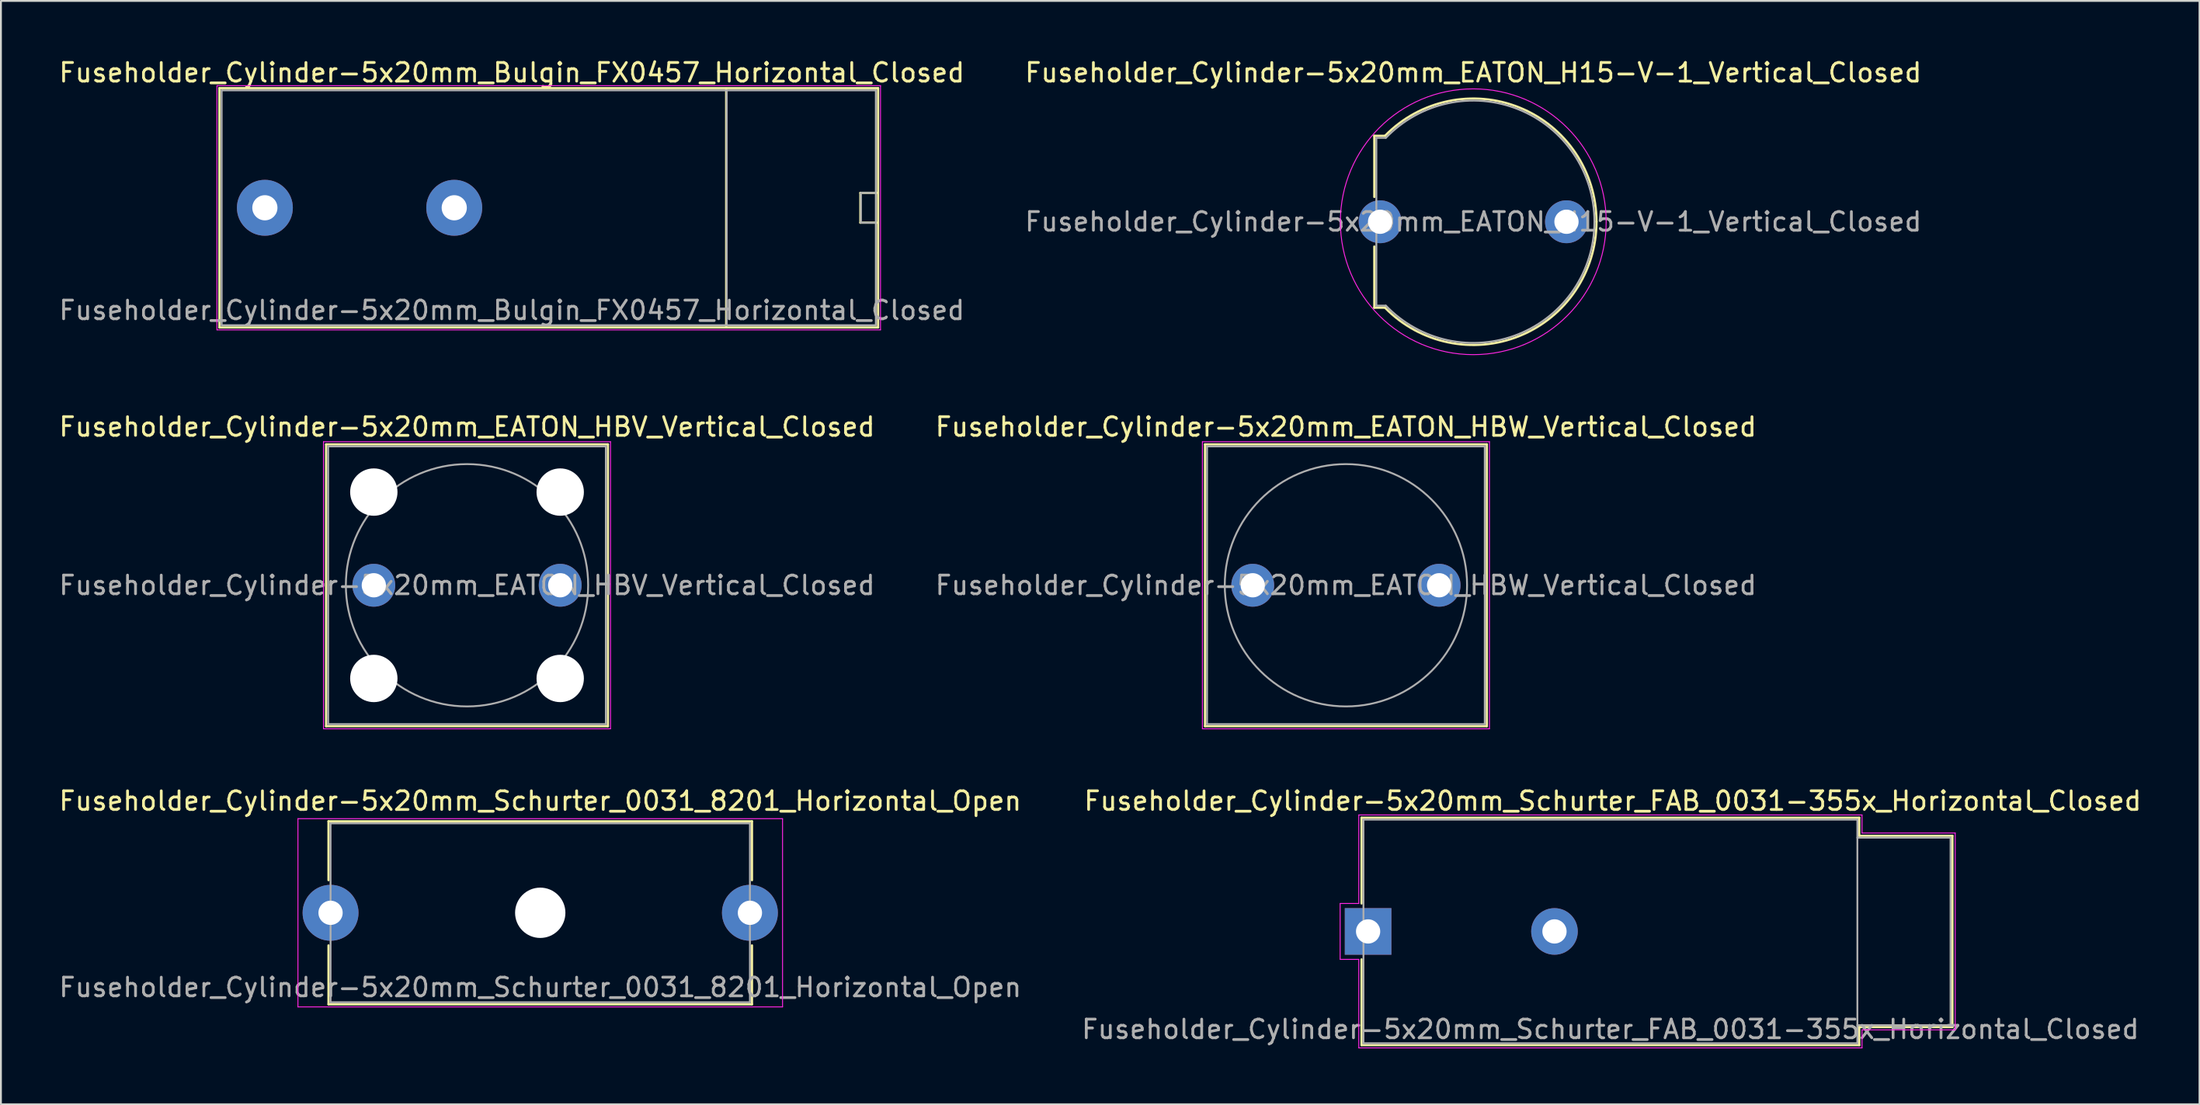
<source format=kicad_pcb>
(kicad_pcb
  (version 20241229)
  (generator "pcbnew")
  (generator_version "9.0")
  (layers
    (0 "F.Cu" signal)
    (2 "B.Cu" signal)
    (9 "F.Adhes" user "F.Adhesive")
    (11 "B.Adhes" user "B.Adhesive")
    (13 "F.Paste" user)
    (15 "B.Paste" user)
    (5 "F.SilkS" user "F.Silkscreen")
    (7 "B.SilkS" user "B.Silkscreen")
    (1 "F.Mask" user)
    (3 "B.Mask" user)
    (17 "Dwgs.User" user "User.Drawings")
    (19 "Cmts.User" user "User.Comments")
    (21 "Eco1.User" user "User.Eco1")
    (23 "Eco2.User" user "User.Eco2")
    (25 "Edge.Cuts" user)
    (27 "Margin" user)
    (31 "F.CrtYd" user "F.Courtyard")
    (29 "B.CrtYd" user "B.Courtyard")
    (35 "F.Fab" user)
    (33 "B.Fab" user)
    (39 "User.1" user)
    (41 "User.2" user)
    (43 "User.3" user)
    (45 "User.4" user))
  (footprint "Fuseholder_Cylinder-5x20mm_EATON_HBW_Vertical_Closed"
    (layer "F.Cu")
    (at 64.161 28.352)
    (property "Reference" "Fuseholder_Cylinder-5x20mm_EATON_HBW_Vertical_Closed" (at 5 -8.5 0) (layer "F.SilkS") (effects (font (size 1 1) (thickness 0.15))))
    (attr through_hole)
    (fp_line (start -2.56 -7.56) (end 12.56 -7.56) (stroke (width 0.12) (type solid)) (layer "F.SilkS"))
    (fp_line (start -2.56 7.56) (end -2.56 -7.56) (stroke (width 0.12) (type solid)) (layer "F.SilkS"))
    (fp_line (start 12.56 -7.56) (end 12.56 7.56) (stroke (width 0.12) (type solid)) (layer "F.SilkS"))
    (fp_line (start 12.56 7.56) (end -2.56 7.56) (stroke (width 0.12) (type solid)) (layer "F.SilkS"))
    (fp_line (start -2.7 -7.7) (end 12.7 -7.7) (stroke (width 0.05) (type solid)) (layer "F.CrtYd"))
    (fp_line (start -2.7 7.7) (end -2.7 -7.7) (stroke (width 0.05) (type solid)) (layer "F.CrtYd"))
    (fp_line (start 12.7 -7.7) (end 12.7 7.7) (stroke (width 0.05) (type solid)) (layer "F.CrtYd"))
    (fp_line (start 12.7 7.7) (end -2.7 7.7) (stroke (width 0.05) (type solid)) (layer "F.CrtYd"))
    (fp_line (start -2.45 -7.45) (end 12.45 -7.45) (stroke (width 0.1) (type solid)) (layer "F.Fab"))
    (fp_line (start -2.45 7.45) (end -2.45 -7.45) (stroke (width 0.1) (type solid)) (layer "F.Fab"))
    (fp_line (start 12.45 -7.45) (end 12.45 7.45) (stroke (width 0.1) (type solid)) (layer "F.Fab"))
    (fp_line (start 12.45 7.45) (end -2.45 7.45) (stroke (width 0.1) (type solid)) (layer "F.Fab"))
    (fp_circle (center 5 0) (end 11.5 0) (stroke (width 0.1) (type solid)) (fill no) (layer "F.Fab"))
    (fp_text user "${REFERENCE}" (at 5 0 0) (layer "F.Fab") (effects (font (size 1 1) (thickness 0.15))))
    (pad "1" thru_hole circle (at 0 0) (size 2.3 2.3) (drill 1.3) (layers "*.Cu" "*.Mask"))
    (pad "2" thru_hole circle (at 10 0) (size 2.3 2.3) (drill 1.3) (layers "*.Cu" "*.Mask")))
  (footprint "Fuseholder_Cylinder-5x20mm_Bulgin_FX0457_Horizontal_Closed"
    (layer "F.Cu")
    (at 11.161 8.098)
    (property "Reference" "Fuseholder_Cylinder-5x20mm_Bulgin_FX0457_Horizontal_Closed" (at 13.25 -7.25 0) (layer "F.SilkS") (effects (font (size 1 1) (thickness 0.15))))
    (attr through_hole)
    (fp_line (start -2.44 -6.42) (end -2.44 6.42) (stroke (width 0.12) (type solid)) (layer "F.SilkS"))
    (fp_line (start -2.44 -6.42) (end 32.9 -6.42) (stroke (width 0.12) (type solid)) (layer "F.SilkS"))
    (fp_line (start 24.75 -6.4) (end 24.75 6.4) (stroke (width 0.12) (type solid)) (layer "F.SilkS"))
    (fp_line (start 31.95 -0.8) (end 31.95 0.8) (stroke (width 0.12) (type solid)) (layer "F.SilkS"))
    (fp_line (start 31.95 0.8) (end 32.85 0.8) (stroke (width 0.12) (type solid)) (layer "F.SilkS"))
    (fp_line (start 32.85 -0.8) (end 31.95 -0.8) (stroke (width 0.12) (type solid)) (layer "F.SilkS"))
    (fp_line (start 32.9 6.42) (end -2.44 6.42) (stroke (width 0.12) (type solid)) (layer "F.SilkS"))
    (fp_line (start 32.9 6.42) (end 32.9 -6.42) (stroke (width 0.12) (type solid)) (layer "F.SilkS"))
    (fp_line (start -2.57 -6.55) (end -2.57 6.55) (stroke (width 0.05) (type solid)) (layer "F.CrtYd"))
    (fp_line (start -2.57 -6.55) (end 33.03 -6.55) (stroke (width 0.05) (type solid)) (layer "F.CrtYd"))
    (fp_line (start 33.03 6.55) (end -2.57 6.55) (stroke (width 0.05) (type solid)) (layer "F.CrtYd"))
    (fp_line (start 33.03 6.55) (end 33.03 -6.55) (stroke (width 0.05) (type solid)) (layer "F.CrtYd"))
    (fp_line (start -2.32 6.3) (end -2.32 -6.3) (stroke (width 0.1) (type solid)) (layer "F.Fab"))
    (fp_line (start -2.32 6.3) (end 32.78 6.3) (stroke (width 0.1) (type solid)) (layer "F.Fab"))
    (fp_line (start 24.78 6.3) (end 24.78 -6.3) (stroke (width 0.1) (type solid)) (layer "F.Fab"))
    (fp_line (start 31.98 -0.8) (end 31.98 0.8) (stroke (width 0.1) (type solid)) (layer "F.Fab"))
    (fp_line (start 31.98 0.8) (end 32.78 0.8) (stroke (width 0.1) (type solid)) (layer "F.Fab"))
    (fp_line (start 32.78 -6.3) (end -2.32 -6.3) (stroke (width 0.1) (type solid)) (layer "F.Fab"))
    (fp_line (start 32.78 -0.8) (end 31.98 -0.8) (stroke (width 0.1) (type solid)) (layer "F.Fab"))
    (fp_line (start 32.78 6.3) (end 32.78 -6.3) (stroke (width 0.1) (type solid)) (layer "F.Fab"))
    (fp_text user "${REFERENCE}" (at 13.25 5.5 0) (layer "F.Fab") (effects (font (size 1 1) (thickness 0.15))))
    (pad "1" thru_hole circle (at 0 0) (size 3 3) (drill 1.35) (layers "*.Cu" "*.Mask"))
    (pad "2" thru_hole circle (at 10.16 0) (size 3 3) (drill 1.35) (layers "*.Cu" "*.Mask")))
  (footprint "Fuseholder_Cylinder-5x20mm_EATON_HBV_Vertical_Closed"
    (layer "F.Cu")
    (at 17.006 28.352)
    (property "Reference" "Fuseholder_Cylinder-5x20mm_EATON_HBV_Vertical_Closed" (at 5 -8.5 0) (layer "F.SilkS") (effects (font (size 1 1) (thickness 0.15))))
    (attr through_hole)
    (fp_line (start -2.56 -7.56) (end 12.56 -7.56) (stroke (width 0.12) (type solid)) (layer "F.SilkS"))
    (fp_line (start -2.56 7.56) (end -2.56 -7.56) (stroke (width 0.12) (type solid)) (layer "F.SilkS"))
    (fp_line (start 12.56 -7.56) (end 12.56 7.56) (stroke (width 0.12) (type solid)) (layer "F.SilkS"))
    (fp_line (start 12.56 7.56) (end -2.56 7.56) (stroke (width 0.12) (type solid)) (layer "F.SilkS"))
    (fp_line (start -2.7 -7.7) (end 12.7 -7.7) (stroke (width 0.05) (type solid)) (layer "F.CrtYd"))
    (fp_line (start -2.7 7.7) (end -2.7 -7.7) (stroke (width 0.05) (type solid)) (layer "F.CrtYd"))
    (fp_line (start 12.7 -7.7) (end 12.7 7.7) (stroke (width 0.05) (type solid)) (layer "F.CrtYd"))
    (fp_line (start 12.7 7.7) (end -2.7 7.7) (stroke (width 0.05) (type solid)) (layer "F.CrtYd"))
    (fp_line (start -2.45 -7.45) (end 12.45 -7.45) (stroke (width 0.1) (type solid)) (layer "F.Fab"))
    (fp_line (start -2.45 7.45) (end -2.45 -7.45) (stroke (width 0.1) (type solid)) (layer "F.Fab"))
    (fp_line (start 12.45 -7.45) (end 12.45 7.45) (stroke (width 0.1) (type solid)) (layer "F.Fab"))
    (fp_line (start 12.45 7.45) (end -2.45 7.45) (stroke (width 0.1) (type solid)) (layer "F.Fab"))
    (fp_circle (center 5 0) (end 11.5 0) (stroke (width 0.1) (type solid)) (fill no) (layer "F.Fab"))
    (fp_text user "${REFERENCE}" (at 5 0 0) (layer "F.Fab") (effects (font (size 1 1) (thickness 0.15))))
    (pad "" np_thru_hole circle (at 0 -5) (size 2.54 2.54) (drill 2.54) (layers "*.Cu" "*.Mask"))
    (pad "" np_thru_hole circle (at 0 5) (size 2.54 2.54) (drill 2.54) (layers "*.Cu" "*.Mask"))
    (pad "" np_thru_hole circle (at 10 -5) (size 2.54 2.54) (drill 2.54) (layers "*.Cu" "*.Mask"))
    (pad "" np_thru_hole circle (at 10 5) (size 2.54 2.54) (drill 2.54) (layers "*.Cu" "*.Mask"))
    (pad "1" thru_hole circle (at 0 0) (size 2.3 2.3) (drill 1.3) (layers "*.Cu" "*.Mask"))
    (pad "2" thru_hole circle (at 10 0) (size 2.3 2.3) (drill 1.3) (layers "*.Cu" "*.Mask")))
  (footprint "Fuseholder_Cylinder-5x20mm_Schurter_0031_8201_Horizontal_Open"
    (layer "F.Cu")
    (at 14.685 45.925)
    (property "Reference" "Fuseholder_Cylinder-5x20mm_Schurter_0031_8201_Horizontal_Open" (at 11.25 -6 0) (layer "F.SilkS") (effects (font (size 1 1) (thickness 0.15))))
    (attr through_hole)
    (fp_line (start -0.11 -4.91) (end 22.61 -4.91) (stroke (width 0.12) (type solid)) (layer "F.SilkS"))
    (fp_line (start -0.11 -1.75) (end -0.11 -4.91) (stroke (width 0.12) (type solid)) (layer "F.SilkS"))
    (fp_line (start -0.11 4.91) (end -0.11 1.75) (stroke (width 0.12) (type solid)) (layer "F.SilkS"))
    (fp_line (start -0.11 4.91) (end 22.61 4.91) (stroke (width 0.12) (type solid)) (layer "F.SilkS"))
    (fp_line (start 22.61 -1.75) (end 22.61 -4.91) (stroke (width 0.12) (type solid)) (layer "F.SilkS"))
    (fp_line (start 22.61 4.91) (end 22.61 1.75) (stroke (width 0.12) (type solid)) (layer "F.SilkS"))
    (fp_line (start -1.75 -5.05) (end 24.25 -5.05) (stroke (width 0.05) (type solid)) (layer "F.CrtYd"))
    (fp_line (start -1.75 5.05) (end -1.75 -5.05) (stroke (width 0.05) (type solid)) (layer "F.CrtYd"))
    (fp_line (start 24.25 -5.05) (end 24.25 5.05) (stroke (width 0.05) (type solid)) (layer "F.CrtYd"))
    (fp_line (start 24.25 5.05) (end -1.75 5.05) (stroke (width 0.05) (type solid)) (layer "F.CrtYd"))
    (fp_line (start 0 -4.8) (end 0 4.8) (stroke (width 0.1) (type solid)) (layer "F.Fab"))
    (fp_line (start 0 4.8) (end 22.5 4.8) (stroke (width 0.1) (type solid)) (layer "F.Fab"))
    (fp_line (start 22.5 -4.8) (end 0 -4.8) (stroke (width 0.1) (type solid)) (layer "F.Fab"))
    (fp_line (start 22.5 4.8) (end 22.5 -4.8) (stroke (width 0.1) (type solid)) (layer "F.Fab"))
    (fp_text user "${REFERENCE}" (at 11.25 4 0) (layer "F.Fab") (effects (font (size 1 1) (thickness 0.15))))
    (pad "" np_thru_hole circle (at 11.25 0) (size 2.7 2.7) (drill 2.7) (layers "*.Cu" "*.Mask"))
    (pad "1" thru_hole circle (at 0 0) (size 3 3) (drill 1.3) (layers "*.Cu" "*.Mask"))
    (pad "2" thru_hole circle (at 22.5 0) (size 3 3) (drill 1.3) (layers "*.Cu" "*.Mask")))
  (footprint "Fuseholder_Cylinder-5x20mm_Schurter_FAB_0031-355x_Horizontal_Closed"
    (layer "F.Cu")
    (at 70.351 46.925)
    (property "Reference" "Fuseholder_Cylinder-5x20mm_Schurter_FAB_0031-355x_Horizontal_Closed" (at 13.125 -7 0) (layer "F.SilkS") (effects (font (size 1 1) (thickness 0.15))))
    (attr through_hole)
    (fp_line (start -0.35 -6.1) (end -0.35 -1.5) (stroke (width 0.12) (type solid)) (layer "F.SilkS"))
    (fp_line (start -0.35 1.5) (end -0.35 6.1) (stroke (width 0.12) (type solid)) (layer "F.SilkS"))
    (fp_line (start -0.35 6.1) (end 26.35 6.1) (stroke (width 0.12) (type solid)) (layer "F.SilkS"))
    (fp_line (start 26.35 -6.1) (end -0.35 -6.1) (stroke (width 0.12) (type solid)) (layer "F.SilkS"))
    (fp_line (start 26.35 -5.13) (end 26.35 -6.1) (stroke (width 0.12) (type solid)) (layer "F.SilkS"))
    (fp_line (start 26.35 -5.13) (end 31.35 -5.13) (stroke (width 0.12) (type solid)) (layer "F.SilkS"))
    (fp_line (start 26.35 5.13) (end 26.35 6.1) (stroke (width 0.12) (type solid)) (layer "F.SilkS"))
    (fp_line (start 31.35 -5.13) (end 31.35 5.13) (stroke (width 0.12) (type solid)) (layer "F.SilkS"))
    (fp_line (start 31.35 5.13) (end 26.35 5.13) (stroke (width 0.12) (type solid)) (layer "F.SilkS"))
    (fp_line (start -1.5 -1.5) (end -1.5 1.5) (stroke (width 0.05) (type solid)) (layer "F.CrtYd"))
    (fp_line (start -1.5 1.5) (end -0.5 1.5) (stroke (width 0.05) (type solid)) (layer "F.CrtYd"))
    (fp_line (start -0.5 -6.25) (end -0.5 -1.5) (stroke (width 0.05) (type solid)) (layer "F.CrtYd"))
    (fp_line (start -0.5 -6.25) (end 26.5 -6.25) (stroke (width 0.05) (type solid)) (layer "F.CrtYd"))
    (fp_line (start -0.5 -1.5) (end -1.5 -1.5) (stroke (width 0.05) (type solid)) (layer "F.CrtYd"))
    (fp_line (start -0.5 1.5) (end -0.5 6.25) (stroke (width 0.05) (type solid)) (layer "F.CrtYd"))
    (fp_line (start 26.5 -6.25) (end 26.5 -5.28) (stroke (width 0.05) (type solid)) (layer "F.CrtYd"))
    (fp_line (start 26.5 5.28) (end 26.5 6.25) (stroke (width 0.05) (type solid)) (layer "F.CrtYd"))
    (fp_line (start 26.5 5.28) (end 31.5 5.28) (stroke (width 0.05) (type solid)) (layer "F.CrtYd"))
    (fp_line (start 26.5 6.25) (end -0.5 6.25) (stroke (width 0.05) (type solid)) (layer "F.CrtYd"))
    (fp_line (start 31.5 -5.28) (end 26.5 -5.28) (stroke (width 0.05) (type solid)) (layer "F.CrtYd"))
    (fp_line (start 31.5 5.28) (end 31.5 -5.28) (stroke (width 0.05) (type solid)) (layer "F.CrtYd"))
    (fp_line (start -0.25 -6) (end 26.25 -6) (stroke (width 0.1) (type solid)) (layer "F.Fab"))
    (fp_line (start -0.25 6) (end -0.25 -6) (stroke (width 0.1) (type solid)) (layer "F.Fab"))
    (fp_line (start 26.25 -6) (end 26.25 6) (stroke (width 0.1) (type solid)) (layer "F.Fab"))
    (fp_line (start 26.25 -5.03) (end 31.25 -5.03) (stroke (width 0.1) (type solid)) (layer "F.Fab"))
    (fp_line (start 26.25 6) (end -0.25 6) (stroke (width 0.1) (type solid)) (layer "F.Fab"))
    (fp_line (start 31.25 -5.03) (end 31.25 5.03) (stroke (width 0.1) (type solid)) (layer "F.Fab"))
    (fp_line (start 31.25 5.03) (end 26.25 5.03) (stroke (width 0.1) (type solid)) (layer "F.Fab"))
    (fp_text user "${REFERENCE}" (at 13 5.25 0) (layer "F.Fab") (effects (font (size 1 1) (thickness 0.15))))
    (pad "1" thru_hole rect (at 0 0) (size 2.5 2.5) (drill 1.3) (layers "*.Cu" "*.Mask"))
    (pad "2" thru_hole circle (at 10 0) (size 2.5 2.5) (drill 1.3) (layers "*.Cu" "*.Mask")))
  (footprint "Fuseholder_Cylinder-5x20mm_EATON_H15-V-1_Vertical_Closed"
    (layer "F.Cu")
    (at 70.994 8.848)
    (property "Reference" "Fuseholder_Cylinder-5x20mm_EATON_H15-V-1_Vertical_Closed" (at 5 -8 0) (layer "F.SilkS") (effects (font (size 1 1) (thickness 0.15))))
    (attr through_hole)
    (fp_line (start -0.31 -4.61) (end -0.31 -1.33) (stroke (width 0.12) (type solid)) (layer "F.SilkS"))
    (fp_line (start -0.31 1.33) (end -0.31 4.61) (stroke (width 0.12) (type solid)) (layer "F.SilkS"))
    (fp_line (start 0.26 -4.61) (end -0.31 -4.61) (stroke (width 0.12) (type solid)) (layer "F.SilkS"))
    (fp_line (start 0.26 4.61) (end -0.31 4.61) (stroke (width 0.12) (type solid)) (layer "F.SilkS"))
    (fp_arc (start 0.261221 -4.608261) (mid 7.486842 -6.124354) (end 11.61 0) (stroke (width 0.12) (type solid)) (layer "F.SilkS"))
    (fp_arc (start 11.61 0) (mid 7.486842 6.124354) (end 0.261221 4.608261) (stroke (width 0.12) (type solid)) (layer "F.SilkS"))
    (fp_circle (center 5 0) (end 12.13 0) (stroke (width 0.05) (type solid)) (fill no) (layer "F.CrtYd"))
    (fp_line (start -0.2 -4.5) (end -0.2 4.5) (stroke (width 0.1) (type solid)) (layer "F.Fab"))
    (fp_line (start 0.3 -4.5) (end -0.2 -4.5) (stroke (width 0.1) (type solid)) (layer "F.Fab"))
    (fp_line (start 0.3 4.5) (end -0.2 4.5) (stroke (width 0.1) (type solid)) (layer "F.Fab"))
    (fp_arc (start 0.308559 -4.498931) (mid 7.424421 -6.030935) (end 11.5 0) (stroke (width 0.1) (type solid)) (layer "F.Fab"))
    (fp_arc (start 11.5 0) (mid 7.424421 6.030936) (end 0.308559 4.498931) (stroke (width 0.1) (type solid)) (layer "F.Fab"))
    (fp_text user "${REFERENCE}" (at 5 0 0) (layer "F.Fab") (effects (font (size 1 1) (thickness 0.15))))
    (pad "1" thru_hole circle (at 0 0) (size 2.3 2.3) (drill 1.3) (layers "*.Cu" "*.Mask"))
    (pad "2" thru_hole circle (at 10 0) (size 2.3 2.3) (drill 1.3) (layers "*.Cu" "*.Mask")))
  (gr_rect
    (start -3 -3)
    (end 114.958 56.2)
    (stroke (width 0.1) (type default))
    (fill no)
    (layer "Edge.Cuts")))
</source>
